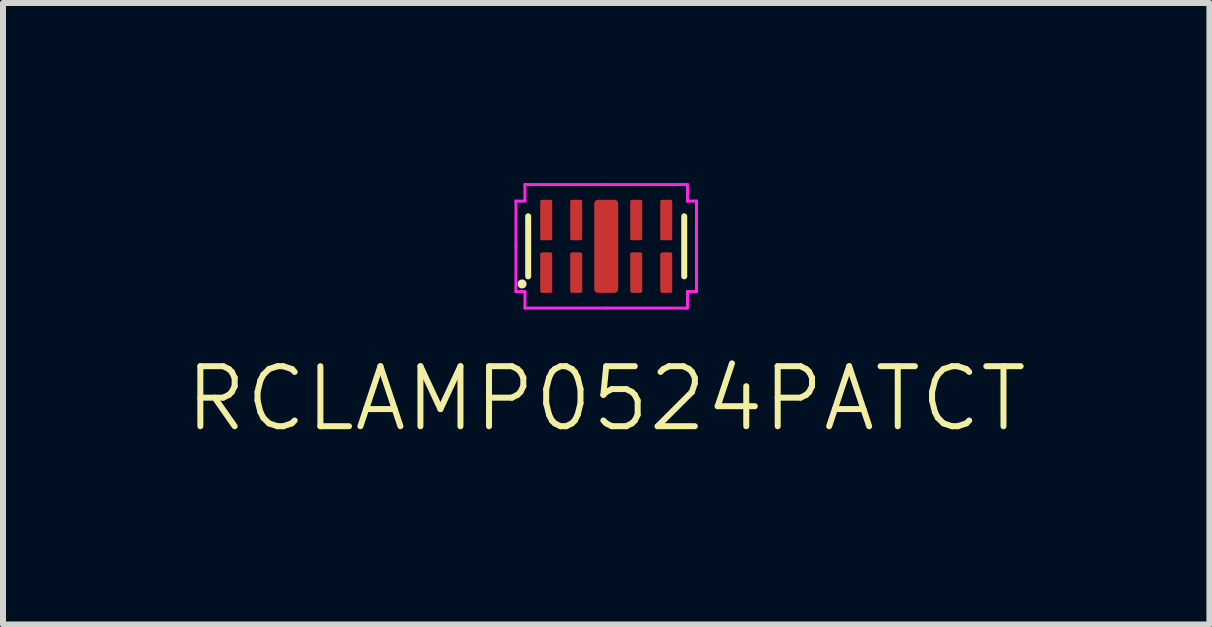
<source format=kicad_pcb>
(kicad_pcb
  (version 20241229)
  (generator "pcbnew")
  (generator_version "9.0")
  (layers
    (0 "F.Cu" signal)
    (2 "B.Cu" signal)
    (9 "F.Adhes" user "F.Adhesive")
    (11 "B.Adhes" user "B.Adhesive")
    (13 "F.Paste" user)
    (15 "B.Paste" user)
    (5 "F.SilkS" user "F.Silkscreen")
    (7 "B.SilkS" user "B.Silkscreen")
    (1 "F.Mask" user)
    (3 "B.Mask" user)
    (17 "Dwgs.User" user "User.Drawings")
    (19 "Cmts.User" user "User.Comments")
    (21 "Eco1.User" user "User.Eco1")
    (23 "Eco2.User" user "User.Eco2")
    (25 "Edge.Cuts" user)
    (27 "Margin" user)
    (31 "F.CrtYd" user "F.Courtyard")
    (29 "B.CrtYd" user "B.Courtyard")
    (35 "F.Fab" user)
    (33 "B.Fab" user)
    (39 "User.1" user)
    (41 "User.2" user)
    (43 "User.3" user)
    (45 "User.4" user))
  (footprint "RCLAMP0524PATCT"
    (layer "F.Cu")
    (at 7.05 1.054)
    (property "Reference" "RCLAMP0524PATCT" (at 0 2.54 0) (unlocked yes) (layer "F.SilkS") (effects (font (size 1 1) (thickness 0.1))))
    (fp_line (start -1.3 -0.5) (end -1.3 0.5) (stroke (width 0.1) (type default)) (layer "F.SilkS"))
    (fp_line (start 1.3 -0.5) (end 1.3 0.5) (stroke (width 0.1) (type default)) (layer "F.SilkS"))
    (fp_circle (center -1.402 0.627) (end -1.352 0.627) (stroke (width 0.05) (type default)) (fill yes) (layer "F.SilkS"))
    (fp_line (start -1.504 -0.754) (end -1.504 0) (stroke (width 0.05) (type default)) (layer "F.CrtYd"))
    (fp_line (start -1.504 0.754) (end -1.504 0) (stroke (width 0.05) (type default)) (layer "F.CrtYd"))
    (fp_line (start -1.354 -1.029) (end -1.354 -0.754) (stroke (width 0.05) (type default)) (layer "F.CrtYd"))
    (fp_line (start -1.354 -0.754) (end -1.504 -0.754) (stroke (width 0.05) (type default)) (layer "F.CrtYd"))
    (fp_line (start -1.354 0.754) (end -1.504 0.754) (stroke (width 0.05) (type default)) (layer "F.CrtYd"))
    (fp_line (start -1.354 1.029) (end -1.354 0.754) (stroke (width 0.05) (type default)) (layer "F.CrtYd"))
    (fp_line (start 0 -1.029) (end -1.354 -1.029) (stroke (width 0.05) (type default)) (layer "F.CrtYd"))
    (fp_line (start 0 1.029) (end -1.354 1.029) (stroke (width 0.05) (type default)) (layer "F.CrtYd"))
    (fp_line (start 1.354 -1.029) (end 0 -1.029) (stroke (width 0.05) (type default)) (layer "F.CrtYd"))
    (fp_line (start 1.354 -0.754) (end 1.354 -1.029) (stroke (width 0.05) (type default)) (layer "F.CrtYd"))
    (fp_line (start 1.354 0.754) (end 1.354 1.029) (stroke (width 0.05) (type default)) (layer "F.CrtYd"))
    (fp_line (start 1.354 1.029) (end 0 1.029) (stroke (width 0.05) (type default)) (layer "F.CrtYd"))
    (fp_line (start 1.504 -0.754) (end 1.354 -0.754) (stroke (width 0.05) (type default)) (layer "F.CrtYd"))
    (fp_line (start 1.504 0) (end 1.504 -0.754) (stroke (width 0.05) (type default)) (layer "F.CrtYd"))
    (fp_line (start 1.504 0) (end 1.504 0.754) (stroke (width 0.05) (type default)) (layer "F.CrtYd"))
    (fp_line (start 1.504 0.754) (end 1.354 0.754) (stroke (width 0.05) (type default)) (layer "F.CrtYd"))
    (pad "1" smd roundrect (at -1 0.438) (size 0.2 0.675) (layers "F.Cu" "F.Mask" "F.Paste") (roundrect_rratio 0.15))
    (pad "2" smd roundrect (at -0.5 0.438) (size 0.2 0.675) (layers "F.Cu" "F.Mask" "F.Paste") (roundrect_rratio 0.15))
    (pad "3-8" smd roundrect (at 0 0) (size 0.4 1.55) (layers "F.Cu" "F.Mask" "F.Paste") (roundrect_rratio 0.15))
    (pad "4" smd roundrect (at 0.5 0.438) (size 0.2 0.675) (layers "F.Cu" "F.Mask" "F.Paste") (roundrect_rratio 0.15))
    (pad "5" smd roundrect (at 1 0.438) (size 0.2 0.675) (layers "F.Cu" "F.Mask" "F.Paste") (roundrect_rratio 0.15))
    (pad "6" smd roundrect (at 1 -0.438) (size 0.2 0.675) (layers "F.Cu" "F.Mask" "F.Paste") (roundrect_rratio 0.15))
    (pad "7" smd roundrect (at 0.5 -0.438) (size 0.2 0.675) (layers "F.Cu" "F.Mask" "F.Paste") (roundrect_rratio 0.15))
    (pad "9" smd roundrect (at -0.5 -0.438) (size 0.2 0.675) (layers "F.Cu" "F.Mask" "F.Paste") (roundrect_rratio 0.15))
    (pad "10" smd roundrect (at -1 -0.438) (size 0.2 0.675) (layers "F.Cu" "F.Mask" "F.Paste") (roundrect_rratio 0.15)))
  (gr_rect
    (start -3 -3)
    (end 17.1 7.354)
    (stroke (width 0.1) (type default))
    (fill no)
    (layer "Edge.Cuts")))
</source>
